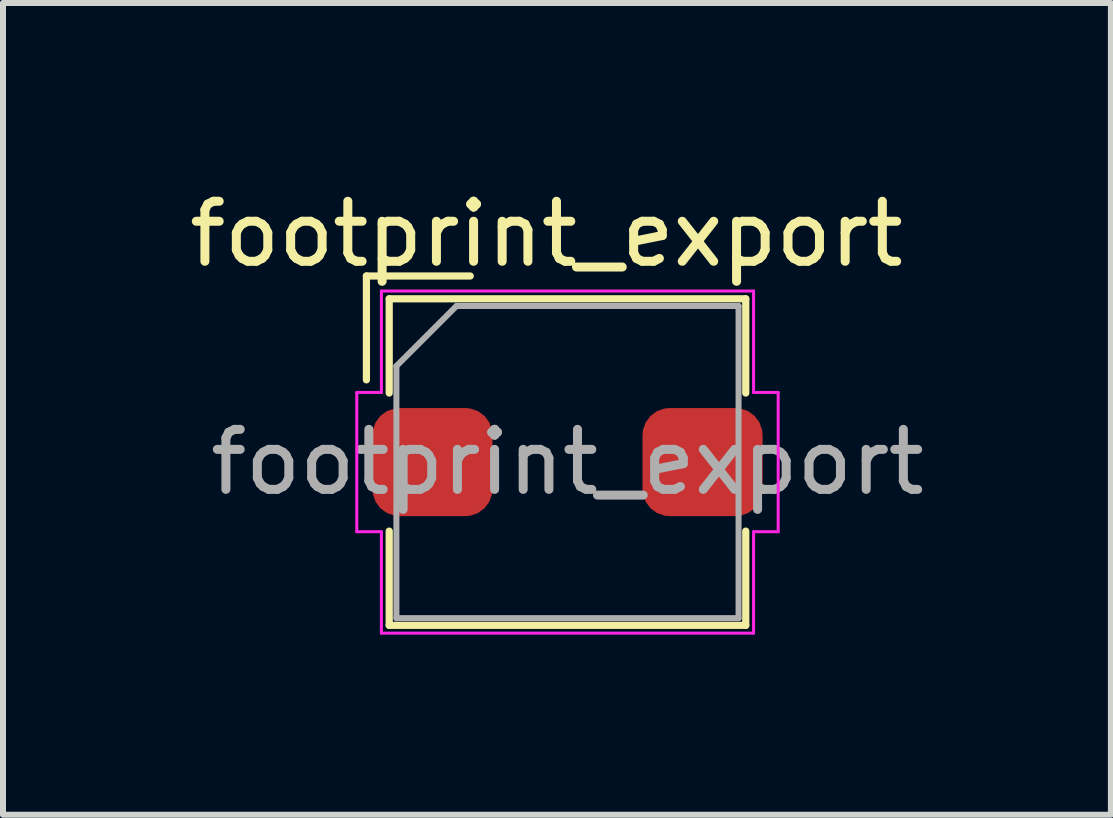
<source format=kicad_pcb>
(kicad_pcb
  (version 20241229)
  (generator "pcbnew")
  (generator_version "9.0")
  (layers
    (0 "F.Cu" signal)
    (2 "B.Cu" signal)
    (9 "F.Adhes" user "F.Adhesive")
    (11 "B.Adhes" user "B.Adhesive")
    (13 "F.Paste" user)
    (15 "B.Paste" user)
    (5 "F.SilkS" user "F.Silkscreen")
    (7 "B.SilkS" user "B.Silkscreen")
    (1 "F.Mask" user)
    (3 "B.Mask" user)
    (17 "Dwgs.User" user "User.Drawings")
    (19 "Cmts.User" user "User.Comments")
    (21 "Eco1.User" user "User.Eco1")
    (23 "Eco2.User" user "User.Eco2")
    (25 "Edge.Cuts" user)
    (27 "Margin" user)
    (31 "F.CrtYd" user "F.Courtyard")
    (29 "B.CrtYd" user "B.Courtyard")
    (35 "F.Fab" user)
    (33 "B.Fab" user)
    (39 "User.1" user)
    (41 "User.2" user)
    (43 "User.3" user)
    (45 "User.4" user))
  (footprint "footprint_export"
    (layer "F.Cu")
    (at 6.404 4.648)
    (property "Reference" "footprint_export" (at -0.35 -3.8 0) (layer "F.SilkS") (effects (font (size 1 1) (thickness 0.15))))
    (attr smd)
    (fp_line (start -3.35 -3.1) (end -1.62 -3.1) (stroke (width 0.12) (type solid)) (layer "F.SilkS"))
    (fp_line (start -3.35 -1.37) (end -3.35 -3.1) (stroke (width 0.12) (type solid)) (layer "F.SilkS"))
    (fp_line (start -2.97 -2.72) (end -2.97 -1.15) (stroke (width 0.12) (type solid)) (layer "F.SilkS"))
    (fp_line (start -2.97 -2.72) (end 2.97 -2.72) (stroke (width 0.12) (type solid)) (layer "F.SilkS"))
    (fp_line (start -2.97 1.15) (end -2.97 2.72) (stroke (width 0.12) (type solid)) (layer "F.SilkS"))
    (fp_line (start -2.97 2.72) (end 2.97 2.72) (stroke (width 0.12) (type solid)) (layer "F.SilkS"))
    (fp_line (start 2.97 -2.72) (end 2.97 -1.15) (stroke (width 0.12) (type solid)) (layer "F.SilkS"))
    (fp_line (start 2.97 1.15) (end 2.97 2.72) (stroke (width 0.12) (type solid)) (layer "F.SilkS"))
    (fp_line (start -3.51 -1.16) (end -3.51 1.16) (stroke (width 0.05) (type solid)) (layer "F.CrtYd"))
    (fp_line (start -3.51 1.16) (end -3.1 1.16) (stroke (width 0.05) (type solid)) (layer "F.CrtYd"))
    (fp_line (start -3.1 -2.85) (end -3.1 -1.16) (stroke (width 0.05) (type solid)) (layer "F.CrtYd"))
    (fp_line (start -3.1 -2.85) (end 3.1 -2.85) (stroke (width 0.05) (type solid)) (layer "F.CrtYd"))
    (fp_line (start -3.1 -1.16) (end -3.51 -1.16) (stroke (width 0.05) (type solid)) (layer "F.CrtYd"))
    (fp_line (start -3.1 1.16) (end -3.1 2.85) (stroke (width 0.05) (type solid)) (layer "F.CrtYd"))
    (fp_line (start -3.1 2.85) (end 3.1 2.85) (stroke (width 0.05) (type solid)) (layer "F.CrtYd"))
    (fp_line (start 3.1 -2.85) (end 3.1 -1.16) (stroke (width 0.05) (type solid)) (layer "F.CrtYd"))
    (fp_line (start 3.1 -1.16) (end 3.51 -1.16) (stroke (width 0.05) (type solid)) (layer "F.CrtYd"))
    (fp_line (start 3.1 1.16) (end 3.1 2.85) (stroke (width 0.05) (type solid)) (layer "F.CrtYd"))
    (fp_line (start 3.51 -1.16) (end 3.51 1.16) (stroke (width 0.05) (type solid)) (layer "F.CrtYd"))
    (fp_line (start 3.51 1.16) (end 3.1 1.16) (stroke (width 0.05) (type solid)) (layer "F.CrtYd"))
    (fp_line (start -2.85 -1.6) (end -1.85 -2.6) (stroke (width 0.1) (type solid)) (layer "F.Fab"))
    (fp_line (start -2.85 2.6) (end -2.85 -1.6) (stroke (width 0.1) (type solid)) (layer "F.Fab"))
    (fp_line (start -1.85 -2.6) (end 2.85 -2.6) (stroke (width 0.1) (type solid)) (layer "F.Fab"))
    (fp_line (start 2.85 -2.6) (end 2.85 2.6) (stroke (width 0.1) (type solid)) (layer "F.Fab"))
    (fp_line (start 2.85 2.6) (end -2.85 2.6) (stroke (width 0.1) (type solid)) (layer "F.Fab"))
    (fp_text user "${REFERENCE}" (at 0 0 0) (layer "F.Fab") (effects (font (size 1 1) (thickness 0.15))))
    (pad "1" smd roundrect (at -2.25 0) (size 2 1.8) (layers "F.Cu" "F.Mask" "F.Paste") (roundrect_rratio 0.25))
    (pad "2" smd roundrect (at 2.25 0) (size 2 1.8) (layers "F.Cu" "F.Mask" "F.Paste") (roundrect_rratio 0.25)))
  (gr_rect
    (start -3 -3)
    (end 15.457 10.523)
    (stroke (width 0.1) (type default))
    (fill no)
    (layer "Edge.Cuts")))
</source>
